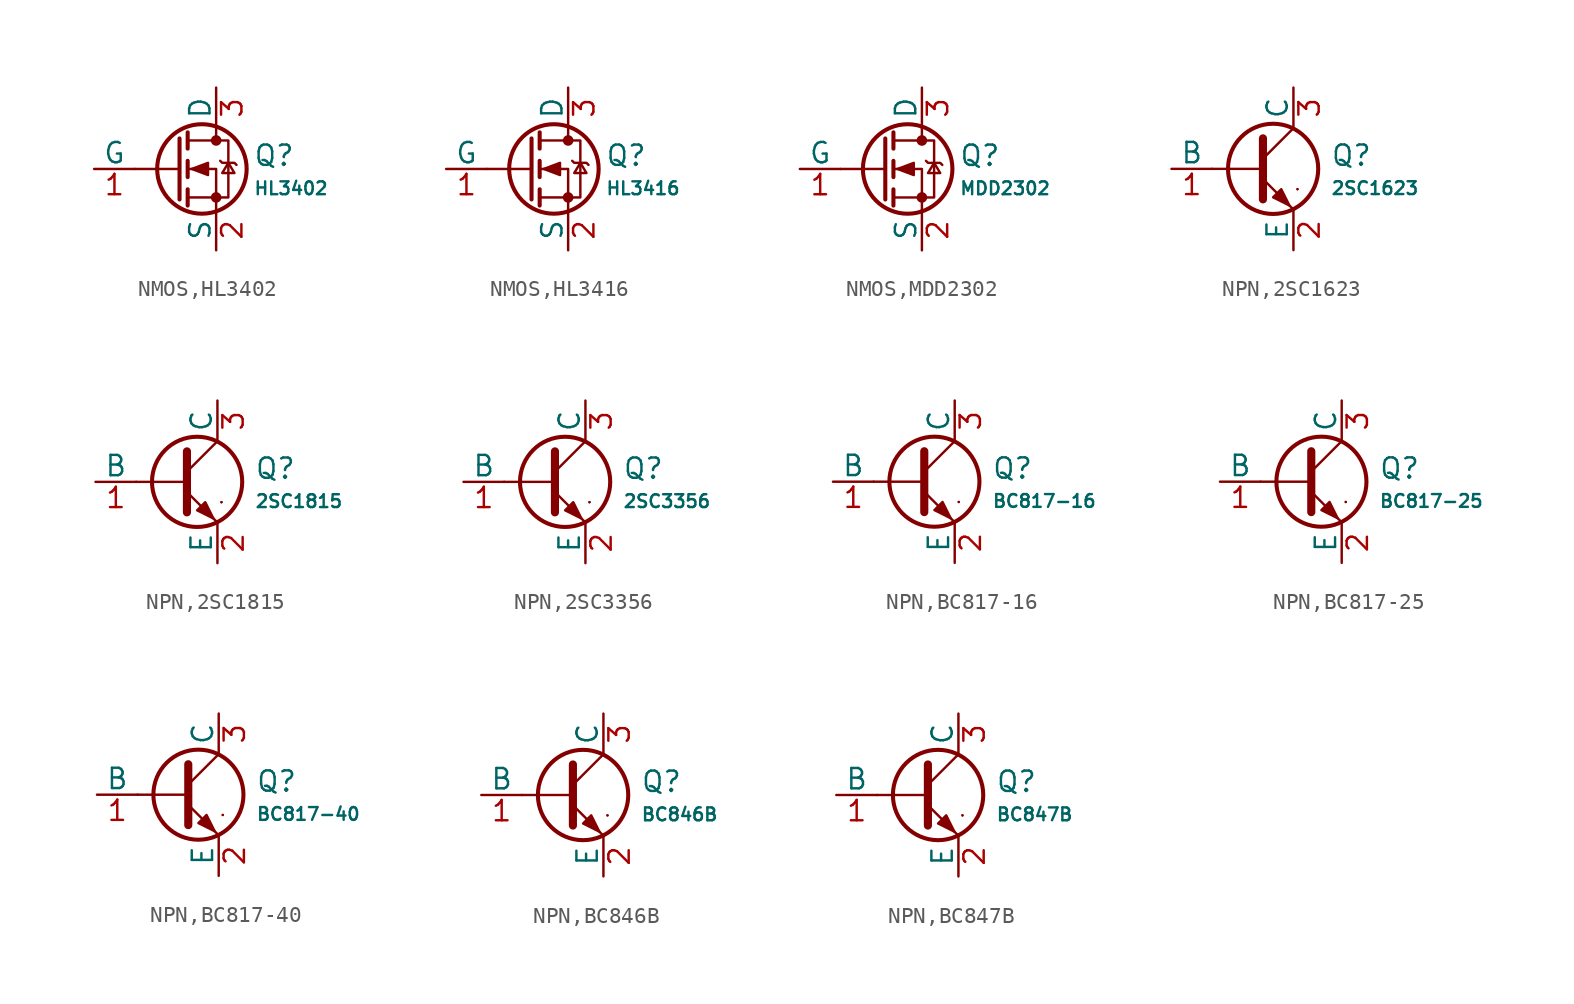
<source format=kicad_sym>
(kicad_symbol_lib
  (version 20231120)
  (generator "CDFER")
  (generator_version "8.0")
  (symbol "NMOS,HL3402"
    (pin_names
      (offset 0))
    (property "Reference" "Q"
      (at 4.851 0.834 0)
      (effects (font (size 1.27 1.27)) (justify left)))
    (property "Value" "HL3402"
      (at 4.851 -1.212 0)
      (effects (font (size 0.8 0.8)) (justify left)))
    (symbol "NMOS,HL3402_0_1"
      (polyline (pts (xy 0.254 0) (xy -2.54 0)) (stroke (width 0) (type default)) (fill (type none)))
      (polyline (pts (xy 0.254 1.905) (xy 0.254 -1.905)) (stroke (width 0.254) (type default)) (fill (type none)))
      (polyline (pts (xy 0.762 -1.27) (xy 0.762 -2.286)) (stroke (width 0.254) (type default)) (fill (type none)))
      (polyline (pts (xy 0.762 0.508) (xy 0.762 -0.508)) (stroke (width 0.254) (type default)) (fill (type none)))
      (polyline (pts (xy 0.762 2.286) (xy 0.762 1.27)) (stroke (width 0.254) (type default)) (fill (type none)))
      (polyline (pts (xy 2.54 2.54) (xy 2.54 1.778)) (stroke (width 0) (type default)) (fill (type none)))
      (polyline (pts (xy 2.54 -2.54) (xy 2.54 0) (xy 0.762 0)) (stroke (width 0) (type default)) (fill (type none)))
      (polyline (pts (xy 0.762 -1.778) (xy 3.302 -1.778) (xy 3.302 1.778) (xy 0.762 1.778)) (stroke (width 0) (type default)) (fill (type none)))
      (polyline (pts (xy 1.016 0) (xy 2.032 0.381) (xy 2.032 -0.381) (xy 1.016 0)) (stroke (width 0) (type default)) (fill (type outline)))
      (polyline (pts (xy 2.794 0.508) (xy 2.921 0.381) (xy 3.683 0.381) (xy 3.81 0.254)) (stroke (width 0) (type default)) (fill (type none)))
      (polyline (pts (xy 3.302 0.381) (xy 2.921 -0.254) (xy 3.683 -0.254) (xy 3.302 0.381)) (stroke (width 0) (type default)) (fill (type none)))
      (circle (center 1.651 0) (radius 2.794) (stroke (width 0.254) (type default)) (fill (type none)))
      (circle (center 2.54 -1.778) (radius 0.254) (stroke (width 0) (type default)) (fill (type outline)))
      (circle (center 2.54 1.778) (radius 0.254) (stroke (width 0) (type default)) (fill (type outline))))
    (symbol "NMOS,HL3402_1_1"
      (pin passive line (at 2.54 5.08 270) (length 2.54) (name "D" (effects (font (size 1.27 1.27)))) (number "3" (effects (font (size 1.27 1.27)))))
      (pin input line (at -5.08 0 0) (length 2.54) (name "G" (effects (font (size 1.27 1.27)))) (number "1" (effects (font (size 1.27 1.27)))))
      (pin passive line (at 2.54 -5.08 90) (length 2.54) (name "S" (effects (font (size 1.27 1.27)))) (number "2" (effects (font (size 1.27 1.27)))))))
  (symbol "NMOS,HL3416"
    (pin_names
      (offset 0))
    (property "Reference" "Q"
      (at 4.851 0.834 0)
      (effects (font (size 1.27 1.27)) (justify left)))
    (property "Value" "HL3416"
      (at 4.851 -1.212 0)
      (effects (font (size 0.8 0.8)) (justify left)))
    (symbol "NMOS,HL3416_0_1"
      (polyline (pts (xy 0.254 0) (xy -2.54 0)) (stroke (width 0) (type default)) (fill (type none)))
      (polyline (pts (xy 0.254 1.905) (xy 0.254 -1.905)) (stroke (width 0.254) (type default)) (fill (type none)))
      (polyline (pts (xy 0.762 -1.27) (xy 0.762 -2.286)) (stroke (width 0.254) (type default)) (fill (type none)))
      (polyline (pts (xy 0.762 0.508) (xy 0.762 -0.508)) (stroke (width 0.254) (type default)) (fill (type none)))
      (polyline (pts (xy 0.762 2.286) (xy 0.762 1.27)) (stroke (width 0.254) (type default)) (fill (type none)))
      (polyline (pts (xy 2.54 2.54) (xy 2.54 1.778)) (stroke (width 0) (type default)) (fill (type none)))
      (polyline (pts (xy 2.54 -2.54) (xy 2.54 0) (xy 0.762 0)) (stroke (width 0) (type default)) (fill (type none)))
      (polyline (pts (xy 0.762 -1.778) (xy 3.302 -1.778) (xy 3.302 1.778) (xy 0.762 1.778)) (stroke (width 0) (type default)) (fill (type none)))
      (polyline (pts (xy 1.016 0) (xy 2.032 0.381) (xy 2.032 -0.381) (xy 1.016 0)) (stroke (width 0) (type default)) (fill (type outline)))
      (polyline (pts (xy 2.794 0.508) (xy 2.921 0.381) (xy 3.683 0.381) (xy 3.81 0.254)) (stroke (width 0) (type default)) (fill (type none)))
      (polyline (pts (xy 3.302 0.381) (xy 2.921 -0.254) (xy 3.683 -0.254) (xy 3.302 0.381)) (stroke (width 0) (type default)) (fill (type none)))
      (circle (center 1.651 0) (radius 2.794) (stroke (width 0.254) (type default)) (fill (type none)))
      (circle (center 2.54 -1.778) (radius 0.254) (stroke (width 0) (type default)) (fill (type outline)))
      (circle (center 2.54 1.778) (radius 0.254) (stroke (width 0) (type default)) (fill (type outline))))
    (symbol "NMOS,HL3416_1_1"
      (pin passive line (at 2.54 5.08 270) (length 2.54) (name "D" (effects (font (size 1.27 1.27)))) (number "3" (effects (font (size 1.27 1.27)))))
      (pin input line (at -5.08 0 0) (length 2.54) (name "G" (effects (font (size 1.27 1.27)))) (number "1" (effects (font (size 1.27 1.27)))))
      (pin passive line (at 2.54 -5.08 90) (length 2.54) (name "S" (effects (font (size 1.27 1.27)))) (number "2" (effects (font (size 1.27 1.27)))))))
  (symbol "NMOS,MDD2302"
    (pin_names
      (offset 0))
    (property "Reference" "Q"
      (at 4.851 0.834 0)
      (effects (font (size 1.27 1.27)) (justify left)))
    (property "Value" "MDD2302"
      (at 4.851 -1.212 0)
      (effects (font (size 0.8 0.8)) (justify left)))
    (symbol "NMOS,MDD2302_0_1"
      (polyline (pts (xy 0.254 0) (xy -2.54 0)) (stroke (width 0) (type default)) (fill (type none)))
      (polyline (pts (xy 0.254 1.905) (xy 0.254 -1.905)) (stroke (width 0.254) (type default)) (fill (type none)))
      (polyline (pts (xy 0.762 -1.27) (xy 0.762 -2.286)) (stroke (width 0.254) (type default)) (fill (type none)))
      (polyline (pts (xy 0.762 0.508) (xy 0.762 -0.508)) (stroke (width 0.254) (type default)) (fill (type none)))
      (polyline (pts (xy 0.762 2.286) (xy 0.762 1.27)) (stroke (width 0.254) (type default)) (fill (type none)))
      (polyline (pts (xy 2.54 2.54) (xy 2.54 1.778)) (stroke (width 0) (type default)) (fill (type none)))
      (polyline (pts (xy 2.54 -2.54) (xy 2.54 0) (xy 0.762 0)) (stroke (width 0) (type default)) (fill (type none)))
      (polyline (pts (xy 0.762 -1.778) (xy 3.302 -1.778) (xy 3.302 1.778) (xy 0.762 1.778)) (stroke (width 0) (type default)) (fill (type none)))
      (polyline (pts (xy 1.016 0) (xy 2.032 0.381) (xy 2.032 -0.381) (xy 1.016 0)) (stroke (width 0) (type default)) (fill (type outline)))
      (polyline (pts (xy 2.794 0.508) (xy 2.921 0.381) (xy 3.683 0.381) (xy 3.81 0.254)) (stroke (width 0) (type default)) (fill (type none)))
      (polyline (pts (xy 3.302 0.381) (xy 2.921 -0.254) (xy 3.683 -0.254) (xy 3.302 0.381)) (stroke (width 0) (type default)) (fill (type none)))
      (circle (center 1.651 0) (radius 2.794) (stroke (width 0.254) (type default)) (fill (type none)))
      (circle (center 2.54 -1.778) (radius 0.254) (stroke (width 0) (type default)) (fill (type outline)))
      (circle (center 2.54 1.778) (radius 0.254) (stroke (width 0) (type default)) (fill (type outline))))
    (symbol "NMOS,MDD2302_1_1"
      (pin passive line (at 2.54 5.08 270) (length 2.54) (name "D" (effects (font (size 1.27 1.27)))) (number "3" (effects (font (size 1.27 1.27)))))
      (pin input line (at -5.08 0 0) (length 2.54) (name "G" (effects (font (size 1.27 1.27)))) (number "1" (effects (font (size 1.27 1.27)))))
      (pin passive line (at 2.54 -5.08 90) (length 2.54) (name "S" (effects (font (size 1.27 1.27)))) (number "2" (effects (font (size 1.27 1.27)))))))
  (symbol "NPN,2SC1623"
    (pin_names
      (offset 0))
    (property "Reference" "Q"
      (at 4.851 0.834 0)
      (effects (font (size 1.27 1.27)) (justify left)))
    (property "Value" "2SC1623"
      (at 4.851 -1.212 0)
      (effects (font (size 0.8 0.8)) (justify left)))
    (symbol "NPN,2SC1623_0_1"
      (polyline (pts (xy -2.54 0) (xy 0.635 0)) (stroke (width 0.152) (type default)) (fill (type none)))
      (polyline (pts (xy 0.635 0.635) (xy 2.54 2.54)) (stroke (width 0) (type default)) (fill (type none)))
      (polyline (pts (xy 2.794 -1.27) (xy 2.794 -1.27)) (stroke (width 0.152) (type default)) (fill (type none)))
      (polyline (pts (xy 2.794 -1.27) (xy 2.794 -1.27)) (stroke (width 0.152) (type default)) (fill (type none)))
      (polyline (pts (xy 0.635 -0.635) (xy 2.54 -2.54) (xy 2.54 -2.54)) (stroke (width 0) (type default)) (fill (type none)))
      (polyline (pts (xy 0.635 1.905) (xy 0.635 -1.905) (xy 0.635 -1.905)) (stroke (width 0.508) (type default)) (fill (type none)))
      (polyline (pts (xy 1.27 -1.778) (xy 1.778 -1.27) (xy 2.286 -2.286) (xy 1.27 -1.778) (xy 1.27 -1.778)) (stroke (width 0) (type default)) (fill (type outline)))
      (circle (center 1.27 0) (radius 2.819) (stroke (width 0.254) (type default)) (fill (type none))))
    (symbol "NPN,2SC1623_1_1"
      (pin open_collector line (at 2.54 5.08 270) (length 2.54) (name "C" (effects (font (size 1.27 1.27)))) (number "3" (effects (font (size 1.27 1.27)))))
      (pin input line (at -5.08 0 0) (length 2.54) (name "B" (effects (font (size 1.27 1.27)))) (number "1" (effects (font (size 1.27 1.27)))))
      (pin open_emitter line (at 2.54 -5.08 90) (length 2.54) (name "E" (effects (font (size 1.27 1.27)))) (number "2" (effects (font (size 1.27 1.27)))))))
  (symbol "NPN,2SC1815"
    (pin_names
      (offset 0))
    (property "Reference" "Q"
      (at 4.851 0.834 0)
      (effects (font (size 1.27 1.27)) (justify left)))
    (property "Value" "2SC1815"
      (at 4.851 -1.212 0)
      (effects (font (size 0.8 0.8)) (justify left)))
    (symbol "NPN,2SC1815_0_1"
      (polyline (pts (xy -2.54 0) (xy 0.635 0)) (stroke (width 0.152) (type default)) (fill (type none)))
      (polyline (pts (xy 0.635 0.635) (xy 2.54 2.54)) (stroke (width 0) (type default)) (fill (type none)))
      (polyline (pts (xy 2.794 -1.27) (xy 2.794 -1.27)) (stroke (width 0.152) (type default)) (fill (type none)))
      (polyline (pts (xy 2.794 -1.27) (xy 2.794 -1.27)) (stroke (width 0.152) (type default)) (fill (type none)))
      (polyline (pts (xy 0.635 -0.635) (xy 2.54 -2.54) (xy 2.54 -2.54)) (stroke (width 0) (type default)) (fill (type none)))
      (polyline (pts (xy 0.635 1.905) (xy 0.635 -1.905) (xy 0.635 -1.905)) (stroke (width 0.508) (type default)) (fill (type none)))
      (polyline (pts (xy 1.27 -1.778) (xy 1.778 -1.27) (xy 2.286 -2.286) (xy 1.27 -1.778) (xy 1.27 -1.778)) (stroke (width 0) (type default)) (fill (type outline)))
      (circle (center 1.27 0) (radius 2.819) (stroke (width 0.254) (type default)) (fill (type none))))
    (symbol "NPN,2SC1815_1_1"
      (pin open_collector line (at 2.54 5.08 270) (length 2.54) (name "C" (effects (font (size 1.27 1.27)))) (number "3" (effects (font (size 1.27 1.27)))))
      (pin input line (at -5.08 0 0) (length 2.54) (name "B" (effects (font (size 1.27 1.27)))) (number "1" (effects (font (size 1.27 1.27)))))
      (pin open_emitter line (at 2.54 -5.08 90) (length 2.54) (name "E" (effects (font (size 1.27 1.27)))) (number "2" (effects (font (size 1.27 1.27)))))))
  (symbol "NPN,2SC3356"
    (pin_names
      (offset 0))
    (property "Reference" "Q"
      (at 4.851 0.834 0)
      (effects (font (size 1.27 1.27)) (justify left)))
    (property "Value" "2SC3356"
      (at 4.851 -1.212 0)
      (effects (font (size 0.8 0.8)) (justify left)))
    (symbol "NPN,2SC3356_0_1"
      (polyline (pts (xy -2.54 0) (xy 0.635 0)) (stroke (width 0.152) (type default)) (fill (type none)))
      (polyline (pts (xy 0.635 0.635) (xy 2.54 2.54)) (stroke (width 0) (type default)) (fill (type none)))
      (polyline (pts (xy 2.794 -1.27) (xy 2.794 -1.27)) (stroke (width 0.152) (type default)) (fill (type none)))
      (polyline (pts (xy 2.794 -1.27) (xy 2.794 -1.27)) (stroke (width 0.152) (type default)) (fill (type none)))
      (polyline (pts (xy 0.635 -0.635) (xy 2.54 -2.54) (xy 2.54 -2.54)) (stroke (width 0) (type default)) (fill (type none)))
      (polyline (pts (xy 0.635 1.905) (xy 0.635 -1.905) (xy 0.635 -1.905)) (stroke (width 0.508) (type default)) (fill (type none)))
      (polyline (pts (xy 1.27 -1.778) (xy 1.778 -1.27) (xy 2.286 -2.286) (xy 1.27 -1.778) (xy 1.27 -1.778)) (stroke (width 0) (type default)) (fill (type outline)))
      (circle (center 1.27 0) (radius 2.819) (stroke (width 0.254) (type default)) (fill (type none))))
    (symbol "NPN,2SC3356_1_1"
      (pin open_collector line (at 2.54 5.08 270) (length 2.54) (name "C" (effects (font (size 1.27 1.27)))) (number "3" (effects (font (size 1.27 1.27)))))
      (pin input line (at -5.08 0 0) (length 2.54) (name "B" (effects (font (size 1.27 1.27)))) (number "1" (effects (font (size 1.27 1.27)))))
      (pin open_emitter line (at 2.54 -5.08 90) (length 2.54) (name "E" (effects (font (size 1.27 1.27)))) (number "2" (effects (font (size 1.27 1.27)))))))
  (symbol "NPN,BC817-16"
    (pin_names
      (offset 0))
    (property "Reference" "Q"
      (at 4.851 0.834 0)
      (effects (font (size 1.27 1.27)) (justify left)))
    (property "Value" "BC817-16"
      (at 4.851 -1.212 0)
      (effects (font (size 0.8 0.8)) (justify left)))
    (symbol "NPN,BC817-16_0_1"
      (polyline (pts (xy -2.54 0) (xy 0.635 0)) (stroke (width 0.152) (type default)) (fill (type none)))
      (polyline (pts (xy 0.635 0.635) (xy 2.54 2.54)) (stroke (width 0) (type default)) (fill (type none)))
      (polyline (pts (xy 2.794 -1.27) (xy 2.794 -1.27)) (stroke (width 0.152) (type default)) (fill (type none)))
      (polyline (pts (xy 2.794 -1.27) (xy 2.794 -1.27)) (stroke (width 0.152) (type default)) (fill (type none)))
      (polyline (pts (xy 0.635 -0.635) (xy 2.54 -2.54) (xy 2.54 -2.54)) (stroke (width 0) (type default)) (fill (type none)))
      (polyline (pts (xy 0.635 1.905) (xy 0.635 -1.905) (xy 0.635 -1.905)) (stroke (width 0.508) (type default)) (fill (type none)))
      (polyline (pts (xy 1.27 -1.778) (xy 1.778 -1.27) (xy 2.286 -2.286) (xy 1.27 -1.778) (xy 1.27 -1.778)) (stroke (width 0) (type default)) (fill (type outline)))
      (circle (center 1.27 0) (radius 2.819) (stroke (width 0.254) (type default)) (fill (type none))))
    (symbol "NPN,BC817-16_1_1"
      (pin open_collector line (at 2.54 5.08 270) (length 2.54) (name "C" (effects (font (size 1.27 1.27)))) (number "3" (effects (font (size 1.27 1.27)))))
      (pin input line (at -5.08 0 0) (length 2.54) (name "B" (effects (font (size 1.27 1.27)))) (number "1" (effects (font (size 1.27 1.27)))))
      (pin open_emitter line (at 2.54 -5.08 90) (length 2.54) (name "E" (effects (font (size 1.27 1.27)))) (number "2" (effects (font (size 1.27 1.27)))))))
  (symbol "NPN,BC817-25"
    (pin_names
      (offset 0))
    (property "Reference" "Q"
      (at 4.851 0.834 0)
      (effects (font (size 1.27 1.27)) (justify left)))
    (property "Value" "BC817-25"
      (at 4.851 -1.212 0)
      (effects (font (size 0.8 0.8)) (justify left)))
    (symbol "NPN,BC817-25_0_1"
      (polyline (pts (xy -2.54 0) (xy 0.635 0)) (stroke (width 0.152) (type default)) (fill (type none)))
      (polyline (pts (xy 0.635 0.635) (xy 2.54 2.54)) (stroke (width 0) (type default)) (fill (type none)))
      (polyline (pts (xy 2.794 -1.27) (xy 2.794 -1.27)) (stroke (width 0.152) (type default)) (fill (type none)))
      (polyline (pts (xy 2.794 -1.27) (xy 2.794 -1.27)) (stroke (width 0.152) (type default)) (fill (type none)))
      (polyline (pts (xy 0.635 -0.635) (xy 2.54 -2.54) (xy 2.54 -2.54)) (stroke (width 0) (type default)) (fill (type none)))
      (polyline (pts (xy 0.635 1.905) (xy 0.635 -1.905) (xy 0.635 -1.905)) (stroke (width 0.508) (type default)) (fill (type none)))
      (polyline (pts (xy 1.27 -1.778) (xy 1.778 -1.27) (xy 2.286 -2.286) (xy 1.27 -1.778) (xy 1.27 -1.778)) (stroke (width 0) (type default)) (fill (type outline)))
      (circle (center 1.27 0) (radius 2.819) (stroke (width 0.254) (type default)) (fill (type none))))
    (symbol "NPN,BC817-25_1_1"
      (pin open_collector line (at 2.54 5.08 270) (length 2.54) (name "C" (effects (font (size 1.27 1.27)))) (number "3" (effects (font (size 1.27 1.27)))))
      (pin input line (at -5.08 0 0) (length 2.54) (name "B" (effects (font (size 1.27 1.27)))) (number "1" (effects (font (size 1.27 1.27)))))
      (pin open_emitter line (at 2.54 -5.08 90) (length 2.54) (name "E" (effects (font (size 1.27 1.27)))) (number "2" (effects (font (size 1.27 1.27)))))))
  (symbol "NPN,BC817-40"
    (pin_names
      (offset 0))
    (property "Reference" "Q"
      (at 4.851 0.834 0)
      (effects (font (size 1.27 1.27)) (justify left)))
    (property "Value" "BC817-40"
      (at 4.851 -1.212 0)
      (effects (font (size 0.8 0.8)) (justify left)))
    (symbol "NPN,BC817-40_0_1"
      (polyline (pts (xy -2.54 0) (xy 0.635 0)) (stroke (width 0.152) (type default)) (fill (type none)))
      (polyline (pts (xy 0.635 0.635) (xy 2.54 2.54)) (stroke (width 0) (type default)) (fill (type none)))
      (polyline (pts (xy 2.794 -1.27) (xy 2.794 -1.27)) (stroke (width 0.152) (type default)) (fill (type none)))
      (polyline (pts (xy 2.794 -1.27) (xy 2.794 -1.27)) (stroke (width 0.152) (type default)) (fill (type none)))
      (polyline (pts (xy 0.635 -0.635) (xy 2.54 -2.54) (xy 2.54 -2.54)) (stroke (width 0) (type default)) (fill (type none)))
      (polyline (pts (xy 0.635 1.905) (xy 0.635 -1.905) (xy 0.635 -1.905)) (stroke (width 0.508) (type default)) (fill (type none)))
      (polyline (pts (xy 1.27 -1.778) (xy 1.778 -1.27) (xy 2.286 -2.286) (xy 1.27 -1.778) (xy 1.27 -1.778)) (stroke (width 0) (type default)) (fill (type outline)))
      (circle (center 1.27 0) (radius 2.819) (stroke (width 0.254) (type default)) (fill (type none))))
    (symbol "NPN,BC817-40_1_1"
      (pin open_collector line (at 2.54 5.08 270) (length 2.54) (name "C" (effects (font (size 1.27 1.27)))) (number "3" (effects (font (size 1.27 1.27)))))
      (pin input line (at -5.08 0 0) (length 2.54) (name "B" (effects (font (size 1.27 1.27)))) (number "1" (effects (font (size 1.27 1.27)))))
      (pin open_emitter line (at 2.54 -5.08 90) (length 2.54) (name "E" (effects (font (size 1.27 1.27)))) (number "2" (effects (font (size 1.27 1.27)))))))
  (symbol "NPN,BC846B"
    (pin_names
      (offset 0))
    (property "Reference" "Q"
      (at 4.851 0.834 0)
      (effects (font (size 1.27 1.27)) (justify left)))
    (property "Value" "BC846B"
      (at 4.851 -1.212 0)
      (effects (font (size 0.8 0.8)) (justify left)))
    (symbol "NPN,BC846B_0_1"
      (polyline (pts (xy -2.54 0) (xy 0.635 0)) (stroke (width 0.152) (type default)) (fill (type none)))
      (polyline (pts (xy 0.635 0.635) (xy 2.54 2.54)) (stroke (width 0) (type default)) (fill (type none)))
      (polyline (pts (xy 2.794 -1.27) (xy 2.794 -1.27)) (stroke (width 0.152) (type default)) (fill (type none)))
      (polyline (pts (xy 2.794 -1.27) (xy 2.794 -1.27)) (stroke (width 0.152) (type default)) (fill (type none)))
      (polyline (pts (xy 0.635 -0.635) (xy 2.54 -2.54) (xy 2.54 -2.54)) (stroke (width 0) (type default)) (fill (type none)))
      (polyline (pts (xy 0.635 1.905) (xy 0.635 -1.905) (xy 0.635 -1.905)) (stroke (width 0.508) (type default)) (fill (type none)))
      (polyline (pts (xy 1.27 -1.778) (xy 1.778 -1.27) (xy 2.286 -2.286) (xy 1.27 -1.778) (xy 1.27 -1.778)) (stroke (width 0) (type default)) (fill (type outline)))
      (circle (center 1.27 0) (radius 2.819) (stroke (width 0.254) (type default)) (fill (type none))))
    (symbol "NPN,BC846B_1_1"
      (pin open_collector line (at 2.54 5.08 270) (length 2.54) (name "C" (effects (font (size 1.27 1.27)))) (number "3" (effects (font (size 1.27 1.27)))))
      (pin input line (at -5.08 0 0) (length 2.54) (name "B" (effects (font (size 1.27 1.27)))) (number "1" (effects (font (size 1.27 1.27)))))
      (pin open_emitter line (at 2.54 -5.08 90) (length 2.54) (name "E" (effects (font (size 1.27 1.27)))) (number "2" (effects (font (size 1.27 1.27)))))))
  (symbol "NPN,BC847B"
    (pin_names
      (offset 0))
    (property "Reference" "Q"
      (at 4.851 0.834 0)
      (effects (font (size 1.27 1.27)) (justify left)))
    (property "Value" "BC847B"
      (at 4.851 -1.212 0)
      (effects (font (size 0.8 0.8)) (justify left)))
    (symbol "NPN,BC847B_0_1"
      (polyline (pts (xy -2.54 0) (xy 0.635 0)) (stroke (width 0.152) (type default)) (fill (type none)))
      (polyline (pts (xy 0.635 0.635) (xy 2.54 2.54)) (stroke (width 0) (type default)) (fill (type none)))
      (polyline (pts (xy 2.794 -1.27) (xy 2.794 -1.27)) (stroke (width 0.152) (type default)) (fill (type none)))
      (polyline (pts (xy 2.794 -1.27) (xy 2.794 -1.27)) (stroke (width 0.152) (type default)) (fill (type none)))
      (polyline (pts (xy 0.635 -0.635) (xy 2.54 -2.54) (xy 2.54 -2.54)) (stroke (width 0) (type default)) (fill (type none)))
      (polyline (pts (xy 0.635 1.905) (xy 0.635 -1.905) (xy 0.635 -1.905)) (stroke (width 0.508) (type default)) (fill (type none)))
      (polyline (pts (xy 1.27 -1.778) (xy 1.778 -1.27) (xy 2.286 -2.286) (xy 1.27 -1.778) (xy 1.27 -1.778)) (stroke (width 0) (type default)) (fill (type outline)))
      (circle (center 1.27 0) (radius 2.819) (stroke (width 0.254) (type default)) (fill (type none))))
    (symbol "NPN,BC847B_1_1"
      (pin open_collector line (at 2.54 5.08 270) (length 2.54) (name "C" (effects (font (size 1.27 1.27)))) (number "3" (effects (font (size 1.27 1.27)))))
      (pin input line (at -5.08 0 0) (length 2.54) (name "B" (effects (font (size 1.27 1.27)))) (number "1" (effects (font (size 1.27 1.27)))))
      (pin open_emitter line (at 2.54 -5.08 90) (length 2.54) (name "E" (effects (font (size 1.27 1.27)))) (number "2" (effects (font (size 1.27 1.27))))))))
</source>
